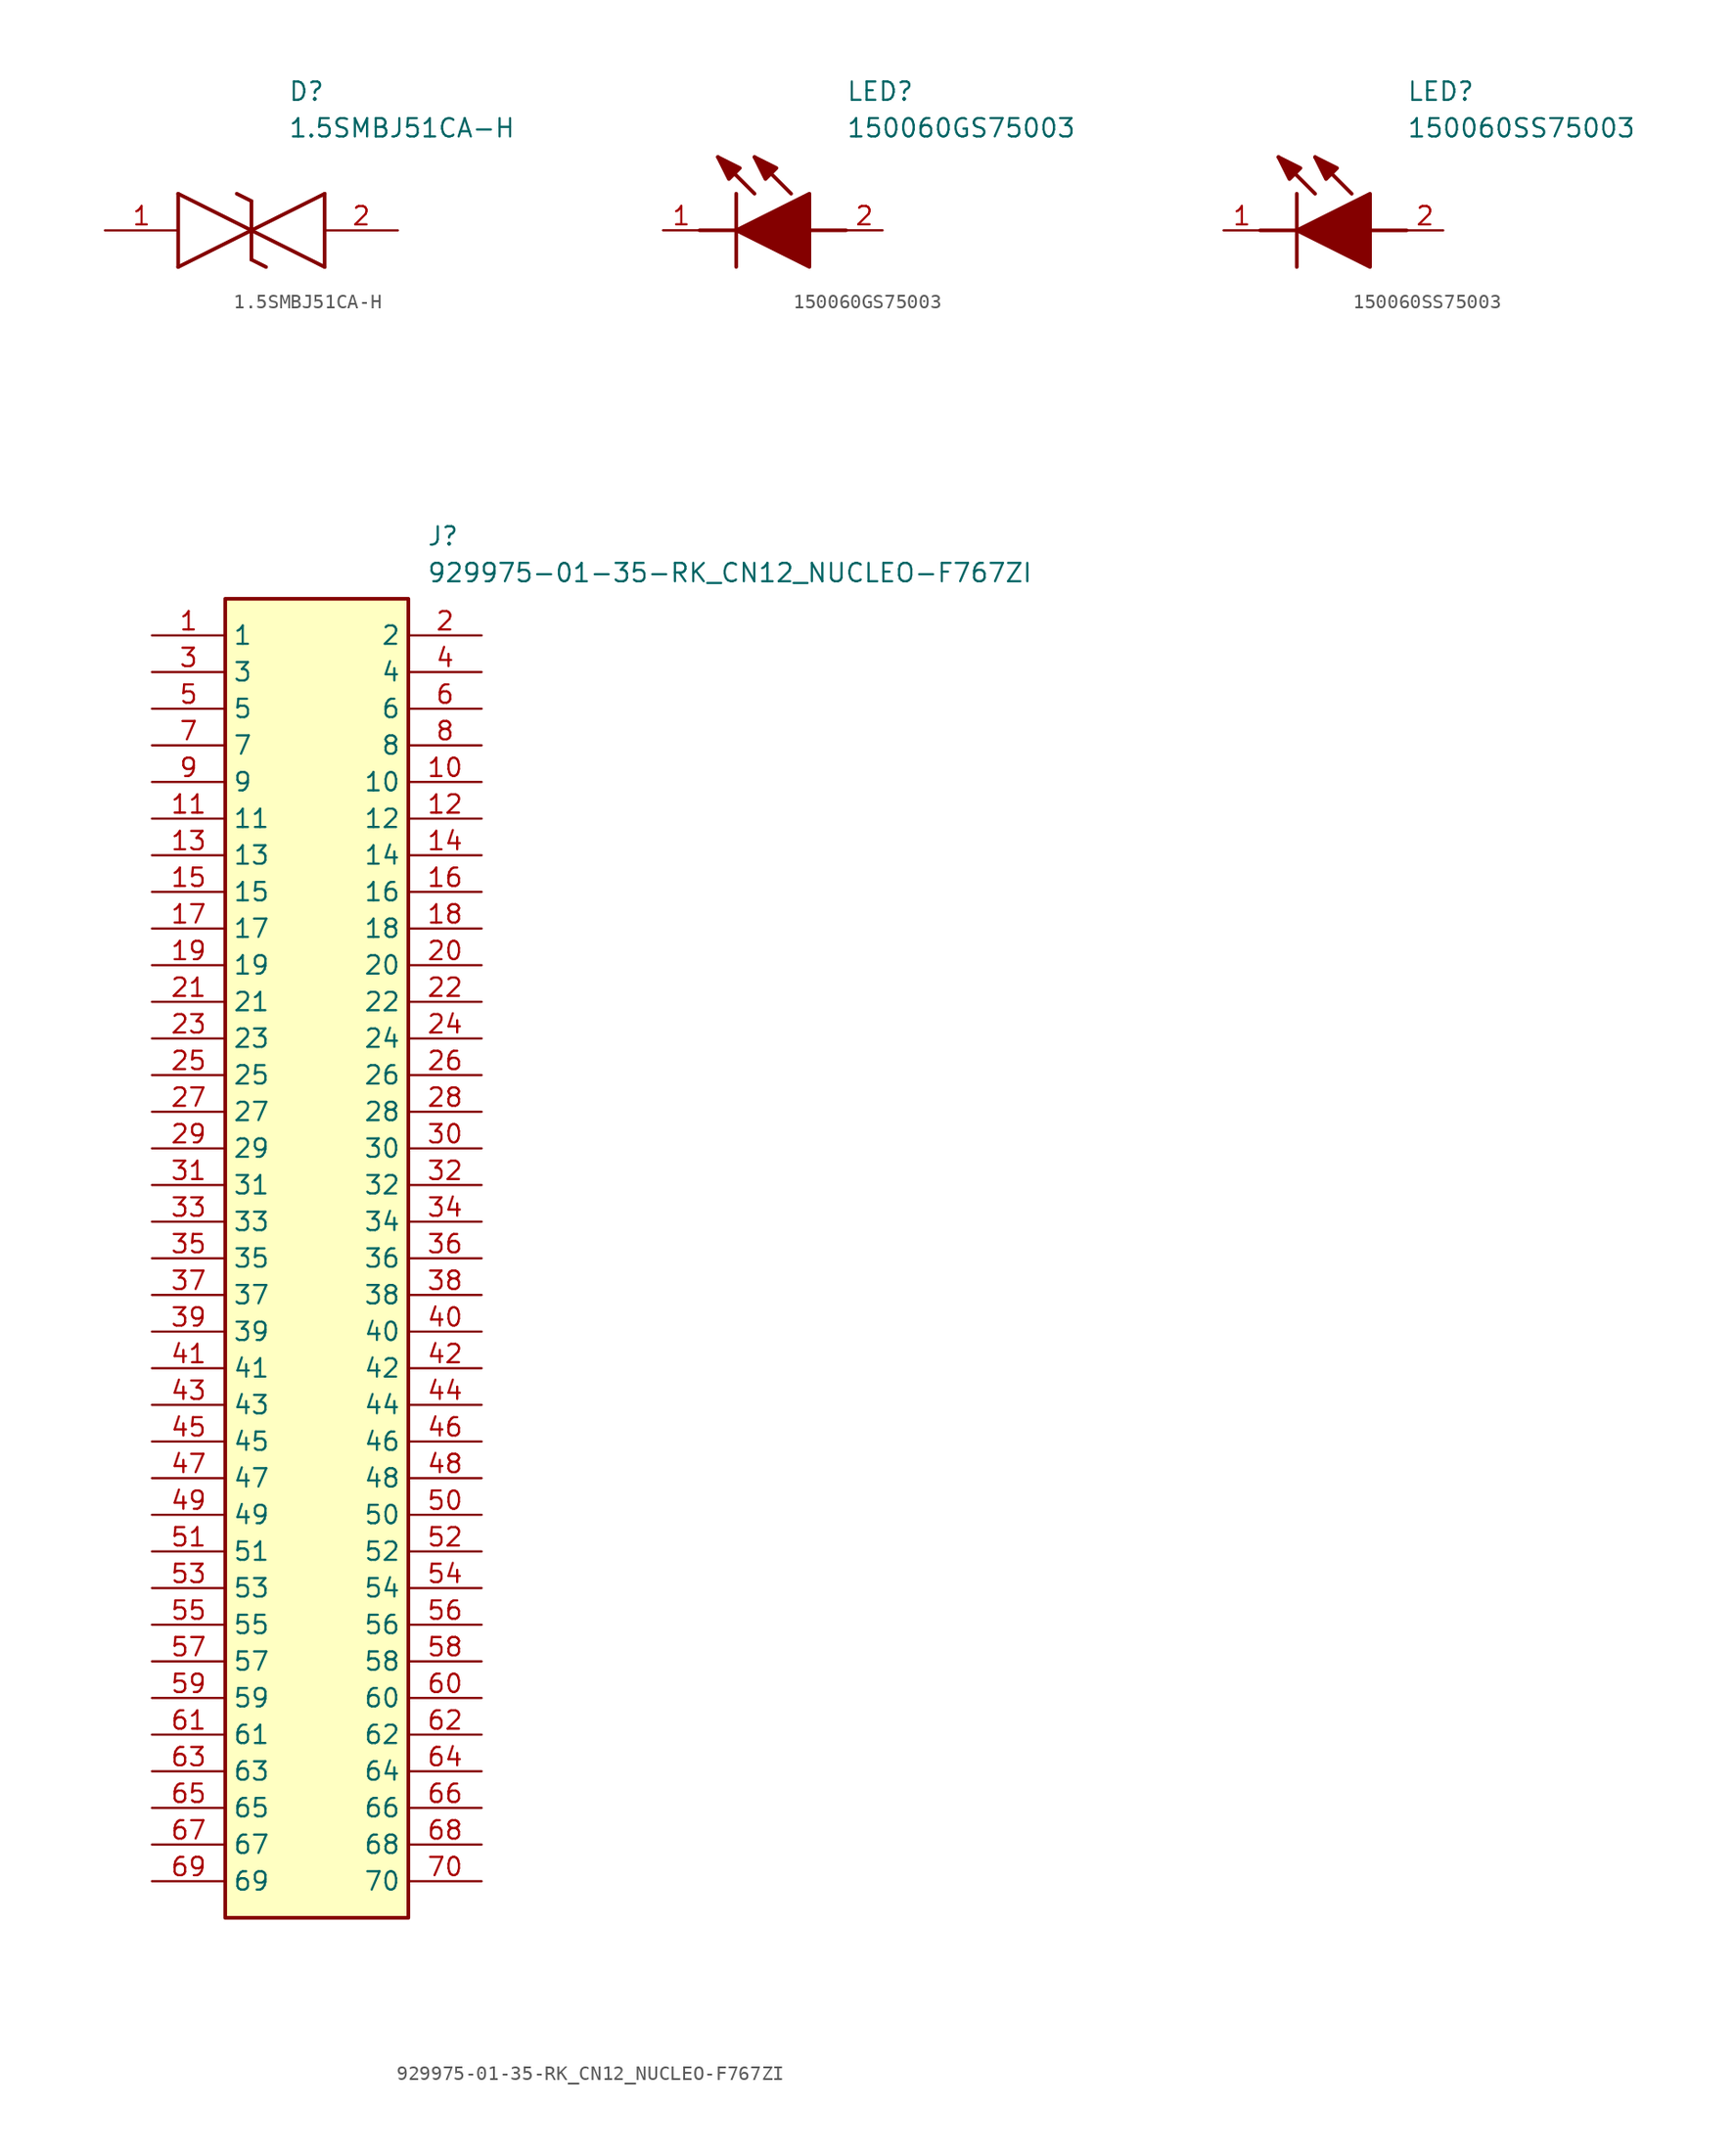
<source format=kicad_sym>
(kicad_symbol_lib
  (version 20220914)
  (generator kicad_symbol_editor)
  (symbol "1.5SMBJ51CA-H"
    (pin_names hide)
    (property "Reference" "D"
      (at 12.7 8.89 0)
      (effects (font (size 1.27 1.27)) (justify left bottom)))
    (property "Value" "1.5SMBJ51CA-H"
      (at 12.7 6.35 0)
      (effects (font (size 1.27 1.27)) (justify left bottom)))
    (polyline
      (pts (xy 10.16 0) (xy 5.08 -2.54))
      (stroke (width 0.254) (type default))
      (fill (type none)))
    (polyline
      (pts (xy 5.08 2.54) (xy 5.08 -2.54))
      (stroke (width 0.254) (type default))
      (fill (type none)))
    (polyline
      (pts (xy 5.08 2.54) (xy 10.16 0))
      (stroke (width 0.254) (type default))
      (fill (type none)))
    (polyline
      (pts (xy 10.16 0) (xy 15.24 -2.54))
      (stroke (width 0.254) (type default))
      (fill (type none)))
    (polyline
      (pts (xy 15.24 2.54) (xy 15.24 -2.54))
      (stroke (width 0.254) (type default))
      (fill (type none)))
    (polyline
      (pts (xy 15.24 2.54) (xy 10.16 0))
      (stroke (width 0.254) (type default))
      (fill (type none)))
    (polyline
      (pts (xy 10.16 -2.032) (xy 10.16 2.032))
      (stroke (width 0.254) (type default))
      (fill (type none)))
    (polyline
      (pts (xy 9.144 2.54) (xy 10.16 2.032))
      (stroke (width 0.254) (type default))
      (fill (type none)))
    (polyline
      (pts (xy 10.16 -2.032) (xy 11.176 -2.54))
      (stroke (width 0.254) (type default))
      (fill (type none)))
    (pin passive line
      (at 0 0 0)
      (length 5.08)
      (name "1" (effects (font (size 1.27 1.27))))
      (number "1" (effects (font (size 1.27 1.27)))))
    (pin passive line
      (at 20.32 0 180)
      (length 5.08)
      (name "2" (effects (font (size 1.27 1.27))))
      (number "2" (effects (font (size 1.27 1.27))))))
  (symbol "150060GS75003"
    (pin_names hide)
    (property "Reference" "LED"
      (at 12.7 8.89 0)
      (effects (font (size 1.27 1.27)) (justify left bottom)))
    (property "Value" "150060GS75003"
      (at 12.7 6.35 0)
      (effects (font (size 1.27 1.27)) (justify left bottom)))
    (polyline
      (pts (xy 5.08 2.54) (xy 5.08 -2.54))
      (stroke (width 0.254) (type default))
      (fill (type none)))
    (polyline
      (pts (xy 6.35 2.54) (xy 3.81 5.08))
      (stroke (width 0.254) (type default))
      (fill (type none)))
    (polyline
      (pts (xy 8.89 2.54) (xy 6.35 5.08))
      (stroke (width 0.254) (type default))
      (fill (type none)))
    (polyline
      (pts (xy 2.54 0) (xy 5.08 0))
      (stroke (width 0.254) (type default))
      (fill (type none)))
    (polyline
      (pts (xy 10.16 0) (xy 12.7 0))
      (stroke (width 0.254) (type default))
      (fill (type none)))
    (polyline
      (pts (xy 5.08 0) (xy 10.16 2.54) (xy 10.16 -2.54) (xy 5.08 0))
      (stroke (width 0.254) (type default))
      (fill (type outline)))
    (polyline
      (pts (xy 5.334 4.318) (xy 4.572 3.556) (xy 3.81 5.08) (xy 5.334 4.318))
      (stroke (width 0.254) (type default))
      (fill (type outline)))
    (polyline
      (pts (xy 7.874 4.318) (xy 7.112 3.556) (xy 6.35 5.08) (xy 7.874 4.318))
      (stroke (width 0.254) (type default))
      (fill (type outline)))
    (pin passive line
      (at 0 0 0)
      (length 2.54)
      (name "K" (effects (font (size 1.27 1.27))))
      (number "1" (effects (font (size 1.27 1.27)))))
    (pin passive line
      (at 15.24 0 180)
      (length 2.54)
      (name "A" (effects (font (size 1.27 1.27))))
      (number "2" (effects (font (size 1.27 1.27))))))
  (symbol "150060SS75003"
    (pin_names hide)
    (property "Reference" "LED"
      (at 12.7 8.89 0)
      (effects (font (size 1.27 1.27)) (justify left bottom)))
    (property "Value" "150060SS75003"
      (at 12.7 6.35 0)
      (effects (font (size 1.27 1.27)) (justify left bottom)))
    (polyline
      (pts (xy 5.08 2.54) (xy 5.08 -2.54))
      (stroke (width 0.254) (type default))
      (fill (type none)))
    (polyline
      (pts (xy 6.35 2.54) (xy 3.81 5.08))
      (stroke (width 0.254) (type default))
      (fill (type none)))
    (polyline
      (pts (xy 8.89 2.54) (xy 6.35 5.08))
      (stroke (width 0.254) (type default))
      (fill (type none)))
    (polyline
      (pts (xy 2.54 0) (xy 5.08 0))
      (stroke (width 0.254) (type default))
      (fill (type none)))
    (polyline
      (pts (xy 10.16 0) (xy 12.7 0))
      (stroke (width 0.254) (type default))
      (fill (type none)))
    (polyline
      (pts (xy 5.08 0) (xy 10.16 2.54) (xy 10.16 -2.54) (xy 5.08 0))
      (stroke (width 0.254) (type default))
      (fill (type outline)))
    (polyline
      (pts (xy 5.334 4.318) (xy 4.572 3.556) (xy 3.81 5.08) (xy 5.334 4.318))
      (stroke (width 0.254) (type default))
      (fill (type outline)))
    (polyline
      (pts (xy 7.874 4.318) (xy 7.112 3.556) (xy 6.35 5.08) (xy 7.874 4.318))
      (stroke (width 0.254) (type default))
      (fill (type outline)))
    (pin passive line
      (at 0 0 0)
      (length 2.54)
      (name "K" (effects (font (size 1.27 1.27))))
      (number "1" (effects (font (size 1.27 1.27)))))
    (pin passive line
      (at 15.24 0 180)
      (length 2.54)
      (name "A" (effects (font (size 1.27 1.27))))
      (number "2" (effects (font (size 1.27 1.27))))))
  (symbol "929975-01-35-RK_CN12_NUCLEO-F767ZI"
    (property "Reference" "J"
      (at 19.05 7.62 0)
      (effects (font (size 1.27 1.27)) (justify left top)))
    (property "Value" "929975-01-35-RK_CN12_NUCLEO-F767ZI"
      (at 19.05 5.08 0)
      (effects (font (size 1.27 1.27)) (justify left top)))
    (symbol "929975-01-35-RK_CN12_NUCLEO-F767ZI_1_1"
      (rectangle (start 5.08 2.54) (end 17.78 -88.9) (stroke (width 0.254) (type default)) (fill (type background)))
      (pin passive line (at 0 0 0) (length 5.08) (name "1" (effects (font (size 1.27 1.27)))) (number "1" (effects (font (size 1.27 1.27)))))
      (pin passive line (at 22.86 -10.16 180) (length 5.08) (name "10" (effects (font (size 1.27 1.27)))) (number "10" (effects (font (size 1.27 1.27)))))
      (pin passive line (at 0 -12.7 0) (length 5.08) (name "11" (effects (font (size 1.27 1.27)))) (number "11" (effects (font (size 1.27 1.27)))))
      (pin passive line (at 22.86 -12.7 180) (length 5.08) (name "12" (effects (font (size 1.27 1.27)))) (number "12" (effects (font (size 1.27 1.27)))))
      (pin passive line (at 0 -15.24 0) (length 5.08) (name "13" (effects (font (size 1.27 1.27)))) (number "13" (effects (font (size 1.27 1.27)))))
      (pin passive line (at 22.86 -15.24 180) (length 5.08) (name "14" (effects (font (size 1.27 1.27)))) (number "14" (effects (font (size 1.27 1.27)))))
      (pin passive line (at 0 -17.78 0) (length 5.08) (name "15" (effects (font (size 1.27 1.27)))) (number "15" (effects (font (size 1.27 1.27)))))
      (pin passive line (at 22.86 -17.78 180) (length 5.08) (name "16" (effects (font (size 1.27 1.27)))) (number "16" (effects (font (size 1.27 1.27)))))
      (pin passive line (at 0 -20.32 0) (length 5.08) (name "17" (effects (font (size 1.27 1.27)))) (number "17" (effects (font (size 1.27 1.27)))))
      (pin passive line (at 22.86 -20.32 180) (length 5.08) (name "18" (effects (font (size 1.27 1.27)))) (number "18" (effects (font (size 1.27 1.27)))))
      (pin passive line (at 0 -22.86 0) (length 5.08) (name "19" (effects (font (size 1.27 1.27)))) (number "19" (effects (font (size 1.27 1.27)))))
      (pin passive line (at 22.86 0 180) (length 5.08) (name "2" (effects (font (size 1.27 1.27)))) (number "2" (effects (font (size 1.27 1.27)))))
      (pin passive line (at 22.86 -22.86 180) (length 5.08) (name "20" (effects (font (size 1.27 1.27)))) (number "20" (effects (font (size 1.27 1.27)))))
      (pin passive line (at 0 -25.4 0) (length 5.08) (name "21" (effects (font (size 1.27 1.27)))) (number "21" (effects (font (size 1.27 1.27)))))
      (pin passive line (at 22.86 -25.4 180) (length 5.08) (name "22" (effects (font (size 1.27 1.27)))) (number "22" (effects (font (size 1.27 1.27)))))
      (pin passive line (at 0 -27.94 0) (length 5.08) (name "23" (effects (font (size 1.27 1.27)))) (number "23" (effects (font (size 1.27 1.27)))))
      (pin passive line (at 22.86 -27.94 180) (length 5.08) (name "24" (effects (font (size 1.27 1.27)))) (number "24" (effects (font (size 1.27 1.27)))))
      (pin passive line (at 0 -30.48 0) (length 5.08) (name "25" (effects (font (size 1.27 1.27)))) (number "25" (effects (font (size 1.27 1.27)))))
      (pin passive line (at 22.86 -30.48 180) (length 5.08) (name "26" (effects (font (size 1.27 1.27)))) (number "26" (effects (font (size 1.27 1.27)))))
      (pin passive line (at 0 -33.02 0) (length 5.08) (name "27" (effects (font (size 1.27 1.27)))) (number "27" (effects (font (size 1.27 1.27)))))
      (pin passive line (at 22.86 -33.02 180) (length 5.08) (name "28" (effects (font (size 1.27 1.27)))) (number "28" (effects (font (size 1.27 1.27)))))
      (pin passive line (at 0 -35.56 0) (length 5.08) (name "29" (effects (font (size 1.27 1.27)))) (number "29" (effects (font (size 1.27 1.27)))))
      (pin passive line (at 0 -2.54 0) (length 5.08) (name "3" (effects (font (size 1.27 1.27)))) (number "3" (effects (font (size 1.27 1.27)))))
      (pin passive line (at 22.86 -35.56 180) (length 5.08) (name "30" (effects (font (size 1.27 1.27)))) (number "30" (effects (font (size 1.27 1.27)))))
      (pin passive line (at 0 -38.1 0) (length 5.08) (name "31" (effects (font (size 1.27 1.27)))) (number "31" (effects (font (size 1.27 1.27)))))
      (pin passive line (at 22.86 -38.1 180) (length 5.08) (name "32" (effects (font (size 1.27 1.27)))) (number "32" (effects (font (size 1.27 1.27)))))
      (pin passive line (at 0 -40.64 0) (length 5.08) (name "33" (effects (font (size 1.27 1.27)))) (number "33" (effects (font (size 1.27 1.27)))))
      (pin passive line (at 22.86 -40.64 180) (length 5.08) (name "34" (effects (font (size 1.27 1.27)))) (number "34" (effects (font (size 1.27 1.27)))))
      (pin passive line (at 0 -43.18 0) (length 5.08) (name "35" (effects (font (size 1.27 1.27)))) (number "35" (effects (font (size 1.27 1.27)))))
      (pin passive line (at 22.86 -43.18 180) (length 5.08) (name "36" (effects (font (size 1.27 1.27)))) (number "36" (effects (font (size 1.27 1.27)))))
      (pin passive line (at 0 -45.72 0) (length 5.08) (name "37" (effects (font (size 1.27 1.27)))) (number "37" (effects (font (size 1.27 1.27)))))
      (pin passive line (at 22.86 -45.72 180) (length 5.08) (name "38" (effects (font (size 1.27 1.27)))) (number "38" (effects (font (size 1.27 1.27)))))
      (pin passive line (at 0 -48.26 0) (length 5.08) (name "39" (effects (font (size 1.27 1.27)))) (number "39" (effects (font (size 1.27 1.27)))))
      (pin passive line (at 22.86 -2.54 180) (length 5.08) (name "4" (effects (font (size 1.27 1.27)))) (number "4" (effects (font (size 1.27 1.27)))))
      (pin passive line (at 22.86 -48.26 180) (length 5.08) (name "40" (effects (font (size 1.27 1.27)))) (number "40" (effects (font (size 1.27 1.27)))))
      (pin passive line (at 0 -50.8 0) (length 5.08) (name "41" (effects (font (size 1.27 1.27)))) (number "41" (effects (font (size 1.27 1.27)))))
      (pin passive line (at 22.86 -50.8 180) (length 5.08) (name "42" (effects (font (size 1.27 1.27)))) (number "42" (effects (font (size 1.27 1.27)))))
      (pin passive line (at 0 -53.34 0) (length 5.08) (name "43" (effects (font (size 1.27 1.27)))) (number "43" (effects (font (size 1.27 1.27)))))
      (pin passive line (at 22.86 -53.34 180) (length 5.08) (name "44" (effects (font (size 1.27 1.27)))) (number "44" (effects (font (size 1.27 1.27)))))
      (pin passive line (at 0 -55.88 0) (length 5.08) (name "45" (effects (font (size 1.27 1.27)))) (number "45" (effects (font (size 1.27 1.27)))))
      (pin passive line (at 22.86 -55.88 180) (length 5.08) (name "46" (effects (font (size 1.27 1.27)))) (number "46" (effects (font (size 1.27 1.27)))))
      (pin passive line (at 0 -58.42 0) (length 5.08) (name "47" (effects (font (size 1.27 1.27)))) (number "47" (effects (font (size 1.27 1.27)))))
      (pin passive line (at 22.86 -58.42 180) (length 5.08) (name "48" (effects (font (size 1.27 1.27)))) (number "48" (effects (font (size 1.27 1.27)))))
      (pin passive line (at 0 -60.96 0) (length 5.08) (name "49" (effects (font (size 1.27 1.27)))) (number "49" (effects (font (size 1.27 1.27)))))
      (pin passive line (at 0 -5.08 0) (length 5.08) (name "5" (effects (font (size 1.27 1.27)))) (number "5" (effects (font (size 1.27 1.27)))))
      (pin passive line (at 22.86 -60.96 180) (length 5.08) (name "50" (effects (font (size 1.27 1.27)))) (number "50" (effects (font (size 1.27 1.27)))))
      (pin passive line (at 0 -63.5 0) (length 5.08) (name "51" (effects (font (size 1.27 1.27)))) (number "51" (effects (font (size 1.27 1.27)))))
      (pin passive line (at 22.86 -63.5 180) (length 5.08) (name "52" (effects (font (size 1.27 1.27)))) (number "52" (effects (font (size 1.27 1.27)))))
      (pin passive line (at 0 -66.04 0) (length 5.08) (name "53" (effects (font (size 1.27 1.27)))) (number "53" (effects (font (size 1.27 1.27)))))
      (pin passive line (at 22.86 -66.04 180) (length 5.08) (name "54" (effects (font (size 1.27 1.27)))) (number "54" (effects (font (size 1.27 1.27)))))
      (pin passive line (at 0 -68.58 0) (length 5.08) (name "55" (effects (font (size 1.27 1.27)))) (number "55" (effects (font (size 1.27 1.27)))))
      (pin passive line (at 22.86 -68.58 180) (length 5.08) (name "56" (effects (font (size 1.27 1.27)))) (number "56" (effects (font (size 1.27 1.27)))))
      (pin passive line (at 0 -71.12 0) (length 5.08) (name "57" (effects (font (size 1.27 1.27)))) (number "57" (effects (font (size 1.27 1.27)))))
      (pin passive line (at 22.86 -71.12 180) (length 5.08) (name "58" (effects (font (size 1.27 1.27)))) (number "58" (effects (font (size 1.27 1.27)))))
      (pin passive line (at 0 -73.66 0) (length 5.08) (name "59" (effects (font (size 1.27 1.27)))) (number "59" (effects (font (size 1.27 1.27)))))
      (pin passive line (at 22.86 -5.08 180) (length 5.08) (name "6" (effects (font (size 1.27 1.27)))) (number "6" (effects (font (size 1.27 1.27)))))
      (pin passive line (at 22.86 -73.66 180) (length 5.08) (name "60" (effects (font (size 1.27 1.27)))) (number "60" (effects (font (size 1.27 1.27)))))
      (pin passive line (at 0 -76.2 0) (length 5.08) (name "61" (effects (font (size 1.27 1.27)))) (number "61" (effects (font (size 1.27 1.27)))))
      (pin passive line (at 22.86 -76.2 180) (length 5.08) (name "62" (effects (font (size 1.27 1.27)))) (number "62" (effects (font (size 1.27 1.27)))))
      (pin passive line (at 0 -78.74 0) (length 5.08) (name "63" (effects (font (size 1.27 1.27)))) (number "63" (effects (font (size 1.27 1.27)))))
      (pin passive line (at 22.86 -78.74 180) (length 5.08) (name "64" (effects (font (size 1.27 1.27)))) (number "64" (effects (font (size 1.27 1.27)))))
      (pin passive line (at 0 -81.28 0) (length 5.08) (name "65" (effects (font (size 1.27 1.27)))) (number "65" (effects (font (size 1.27 1.27)))))
      (pin passive line (at 22.86 -81.28 180) (length 5.08) (name "66" (effects (font (size 1.27 1.27)))) (number "66" (effects (font (size 1.27 1.27)))))
      (pin passive line (at 0 -83.82 0) (length 5.08) (name "67" (effects (font (size 1.27 1.27)))) (number "67" (effects (font (size 1.27 1.27)))))
      (pin passive line (at 22.86 -83.82 180) (length 5.08) (name "68" (effects (font (size 1.27 1.27)))) (number "68" (effects (font (size 1.27 1.27)))))
      (pin passive line (at 0 -86.36 0) (length 5.08) (name "69" (effects (font (size 1.27 1.27)))) (number "69" (effects (font (size 1.27 1.27)))))
      (pin passive line (at 0 -7.62 0) (length 5.08) (name "7" (effects (font (size 1.27 1.27)))) (number "7" (effects (font (size 1.27 1.27)))))
      (pin passive line (at 22.86 -86.36 180) (length 5.08) (name "70" (effects (font (size 1.27 1.27)))) (number "70" (effects (font (size 1.27 1.27)))))
      (pin passive line (at 22.86 -7.62 180) (length 5.08) (name "8" (effects (font (size 1.27 1.27)))) (number "8" (effects (font (size 1.27 1.27)))))
      (pin passive line (at 0 -10.16 0) (length 5.08) (name "9" (effects (font (size 1.27 1.27)))) (number "9" (effects (font (size 1.27 1.27))))))))
</source>
